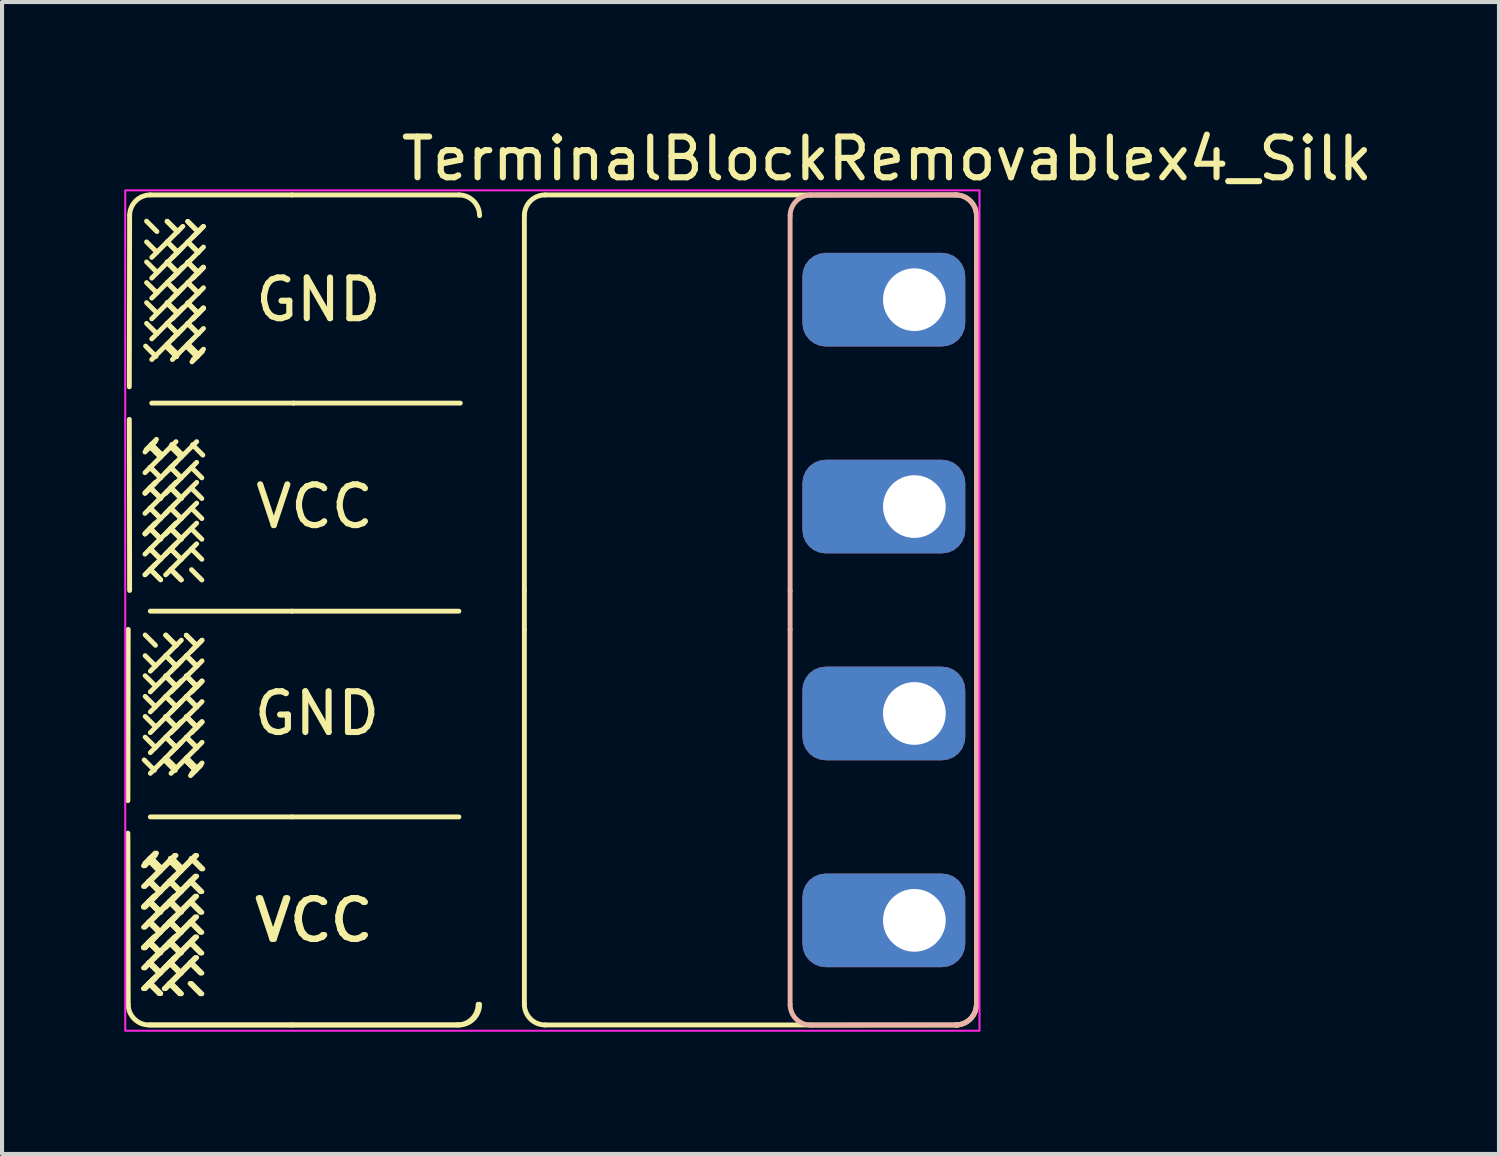
<source format=kicad_pcb>
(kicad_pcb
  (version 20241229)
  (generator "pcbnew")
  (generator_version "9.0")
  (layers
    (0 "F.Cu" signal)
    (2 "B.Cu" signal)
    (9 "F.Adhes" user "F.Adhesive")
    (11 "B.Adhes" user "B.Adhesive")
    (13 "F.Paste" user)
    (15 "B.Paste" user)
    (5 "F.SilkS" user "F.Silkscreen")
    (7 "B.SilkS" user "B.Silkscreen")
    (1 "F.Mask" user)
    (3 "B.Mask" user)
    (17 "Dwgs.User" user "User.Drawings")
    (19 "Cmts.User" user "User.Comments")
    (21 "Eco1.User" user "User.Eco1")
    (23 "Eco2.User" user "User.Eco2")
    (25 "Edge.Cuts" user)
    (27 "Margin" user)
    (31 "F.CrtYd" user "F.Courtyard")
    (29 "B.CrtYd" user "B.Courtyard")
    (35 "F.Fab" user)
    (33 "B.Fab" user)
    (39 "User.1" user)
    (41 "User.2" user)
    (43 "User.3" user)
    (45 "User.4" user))
  (footprint "TerminalBlockRemovablex4_Silk"
    (layer "F.Cu")
    (at 19.401 9.388)
    (property "Reference" "TerminalBlockRemovablex4_Silk" (at -0.676 -8.54 0) (layer "F.SilkS") (effects (font (size 1 1) (thickness 0.15))))
    (attr through_hole)
    (fp_line (start -19.303 3.016) (end -19.311 7.22) (stroke (width 0.12) (type solid)) (layer "F.SilkS"))
    (fp_line (start -19.303 12.22) (end -19.311 8.02) (stroke (width 0.12) (type solid)) (layer "F.SilkS"))
    (fp_line (start -19.268 -7.144) (end -19.276 -2.94) (stroke (width 0.12) (type solid)) (layer "F.SilkS"))
    (fp_line (start -19.268 2.06) (end -19.276 -2.14) (stroke (width 0.12) (type solid)) (layer "F.SilkS"))
    (fp_line (start -18.8 8.693) (end -18.546 8.947) (stroke (width 0.12) (type solid)) (layer "F.SilkS"))
    (fp_line (start -18.8 9.201) (end -18.546 9.455) (stroke (width 0.12) (type solid)) (layer "F.SilkS"))
    (fp_line (start -18.8 9.693) (end -18.546 9.947) (stroke (width 0.12) (type solid)) (layer "F.SilkS"))
    (fp_line (start -18.8 10.201) (end -18.546 10.455) (stroke (width 0.12) (type solid)) (layer "F.SilkS"))
    (fp_line (start -18.8 10.693) (end -18.546 10.947) (stroke (width 0.12) (type solid)) (layer "F.SilkS"))
    (fp_line (start -18.8 11.201) (end -18.546 11.455) (stroke (width 0.12) (type solid)) (layer "F.SilkS"))
    (fp_line (start -18.795 12.728) (end -15.315 12.728) (stroke (width 0.12) (type solid)) (layer "F.SilkS"))
    (fp_line (start -18.795 9.195) (end -18.541 9.449) (stroke (width 0.12) (type solid)) (layer "F.SilkS"))
    (fp_line (start -18.795 9.703) (end -18.541 9.957) (stroke (width 0.12) (type solid)) (layer "F.SilkS"))
    (fp_line (start -18.795 9.703) (end -18.541 9.957) (stroke (width 0.12) (type solid)) (layer "F.SilkS"))
    (fp_line (start -18.795 10.195) (end -18.541 10.449) (stroke (width 0.12) (type solid)) (layer "F.SilkS"))
    (fp_line (start -18.795 10.703) (end -18.541 10.957) (stroke (width 0.12) (type solid)) (layer "F.SilkS"))
    (fp_line (start -18.795 10.703) (end -18.541 10.957) (stroke (width 0.12) (type solid)) (layer "F.SilkS"))
    (fp_line (start -18.795 11.195) (end -18.541 11.449) (stroke (width 0.12) (type solid)) (layer "F.SilkS"))
    (fp_line (start -18.795 11.703) (end -18.541 11.957) (stroke (width 0.12) (type solid)) (layer "F.SilkS"))
    (fp_line (start -18.795 11.703) (end -18.541 11.957) (stroke (width 0.12) (type solid)) (layer "F.SilkS"))
    (fp_line (start -18.771 8.636) (end -18.517 8.89) (stroke (width 0.12) (type solid)) (layer "F.SilkS"))
    (fp_line (start -18.771 8.636) (end -18.517 8.89) (stroke (width 0.12) (type solid)) (layer "F.SilkS"))
    (fp_line (start -18.765 -1.467) (end -18.511 -1.213) (stroke (width 0.12) (type solid)) (layer "F.SilkS"))
    (fp_line (start -18.765 -0.959) (end -18.511 -0.705) (stroke (width 0.12) (type solid)) (layer "F.SilkS"))
    (fp_line (start -18.765 -0.467) (end -18.511 -0.213) (stroke (width 0.12) (type solid)) (layer "F.SilkS"))
    (fp_line (start -18.765 0.041) (end -18.511 0.295) (stroke (width 0.12) (type solid)) (layer "F.SilkS"))
    (fp_line (start -18.765 0.533) (end -18.511 0.787) (stroke (width 0.12) (type solid)) (layer "F.SilkS"))
    (fp_line (start -18.765 1.041) (end -18.511 1.295) (stroke (width 0.12) (type solid)) (layer "F.SilkS"))
    (fp_line (start -18.765 8.693) (end -18.511 8.947) (stroke (width 0.12) (type solid)) (layer "F.SilkS"))
    (fp_line (start -18.765 9.201) (end -18.511 9.455) (stroke (width 0.12) (type solid)) (layer "F.SilkS"))
    (fp_line (start -18.765 9.693) (end -18.511 9.947) (stroke (width 0.12) (type solid)) (layer "F.SilkS"))
    (fp_line (start -18.765 10.201) (end -18.511 10.455) (stroke (width 0.12) (type solid)) (layer "F.SilkS"))
    (fp_line (start -18.765 10.693) (end -18.511 10.947) (stroke (width 0.12) (type solid)) (layer "F.SilkS"))
    (fp_line (start -18.765 11.201) (end -18.511 11.455) (stroke (width 0.12) (type solid)) (layer "F.SilkS"))
    (fp_line (start -18.76 -7.652) (end -15.28 -7.652) (stroke (width 0.12) (type solid)) (layer "F.SilkS"))
    (fp_line (start -18.76 2.568) (end -15.28 2.568) (stroke (width 0.12) (type solid)) (layer "F.SilkS"))
    (fp_line (start -18.76 4.042) (end -17.998 3.28) (stroke (width 0.12) (type solid)) (layer "F.SilkS"))
    (fp_line (start -18.76 4.55) (end -17.49 3.28) (stroke (width 0.12) (type solid)) (layer "F.SilkS"))
    (fp_line (start -18.76 5.042) (end -17.998 4.28) (stroke (width 0.12) (type solid)) (layer "F.SilkS"))
    (fp_line (start -18.76 5.55) (end -17.49 4.28) (stroke (width 0.12) (type solid)) (layer "F.SilkS"))
    (fp_line (start -18.76 6.042) (end -17.998 5.28) (stroke (width 0.12) (type solid)) (layer "F.SilkS"))
    (fp_line (start -18.76 6.55) (end -17.49 5.28) (stroke (width 0.12) (type solid)) (layer "F.SilkS"))
    (fp_line (start -18.76 7.62) (end -15.28 7.62) (stroke (width 0.12) (type solid)) (layer "F.SilkS"))
    (fp_line (start -18.76 12.728) (end -15.28 12.728) (stroke (width 0.12) (type solid)) (layer "F.SilkS"))
    (fp_line (start -18.76 -0.965) (end -18.506 -0.711) (stroke (width 0.12) (type solid)) (layer "F.SilkS"))
    (fp_line (start -18.76 -0.457) (end -18.506 -0.203) (stroke (width 0.12) (type solid)) (layer "F.SilkS"))
    (fp_line (start -18.76 -0.457) (end -18.506 -0.203) (stroke (width 0.12) (type solid)) (layer "F.SilkS"))
    (fp_line (start -18.76 0.035) (end -18.506 0.289) (stroke (width 0.12) (type solid)) (layer "F.SilkS"))
    (fp_line (start -18.76 0.543) (end -18.506 0.797) (stroke (width 0.12) (type solid)) (layer "F.SilkS"))
    (fp_line (start -18.76 0.543) (end -18.506 0.797) (stroke (width 0.12) (type solid)) (layer "F.SilkS"))
    (fp_line (start -18.76 1.035) (end -18.506 1.289) (stroke (width 0.12) (type solid)) (layer "F.SilkS"))
    (fp_line (start -18.76 1.543) (end -18.506 1.797) (stroke (width 0.12) (type solid)) (layer "F.SilkS"))
    (fp_line (start -18.76 1.543) (end -18.506 1.797) (stroke (width 0.12) (type solid)) (layer "F.SilkS"))
    (fp_line (start -18.76 9.195) (end -18.506 9.449) (stroke (width 0.12) (type solid)) (layer "F.SilkS"))
    (fp_line (start -18.76 9.703) (end -18.506 9.957) (stroke (width 0.12) (type solid)) (layer "F.SilkS"))
    (fp_line (start -18.76 9.703) (end -18.506 9.957) (stroke (width 0.12) (type solid)) (layer "F.SilkS"))
    (fp_line (start -18.76 10.195) (end -18.506 10.449) (stroke (width 0.12) (type solid)) (layer "F.SilkS"))
    (fp_line (start -18.76 10.703) (end -18.506 10.957) (stroke (width 0.12) (type solid)) (layer "F.SilkS"))
    (fp_line (start -18.76 10.703) (end -18.506 10.957) (stroke (width 0.12) (type solid)) (layer "F.SilkS"))
    (fp_line (start -18.76 11.195) (end -18.506 11.449) (stroke (width 0.12) (type solid)) (layer "F.SilkS"))
    (fp_line (start -18.76 11.703) (end -18.506 11.957) (stroke (width 0.12) (type solid)) (layer "F.SilkS"))
    (fp_line (start -18.76 11.703) (end -18.506 11.957) (stroke (width 0.12) (type solid)) (layer "F.SilkS"))
    (fp_line (start -18.736 -1.524) (end -18.482 -1.27) (stroke (width 0.12) (type solid)) (layer "F.SilkS"))
    (fp_line (start -18.736 -1.524) (end -18.482 -1.27) (stroke (width 0.12) (type solid)) (layer "F.SilkS"))
    (fp_line (start -18.736 8.636) (end -18.482 8.89) (stroke (width 0.12) (type solid)) (layer "F.SilkS"))
    (fp_line (start -18.736 8.636) (end -18.482 8.89) (stroke (width 0.12) (type solid)) (layer "F.SilkS"))
    (fp_line (start -18.725 -6.118) (end -17.963 -6.88) (stroke (width 0.12) (type solid)) (layer "F.SilkS"))
    (fp_line (start -18.725 -5.61) (end -17.455 -6.88) (stroke (width 0.12) (type solid)) (layer "F.SilkS"))
    (fp_line (start -18.725 -5.118) (end -17.963 -5.88) (stroke (width 0.12) (type solid)) (layer "F.SilkS"))
    (fp_line (start -18.725 -4.61) (end -17.455 -5.88) (stroke (width 0.12) (type solid)) (layer "F.SilkS"))
    (fp_line (start -18.725 -4.118) (end -17.963 -4.88) (stroke (width 0.12) (type solid)) (layer "F.SilkS"))
    (fp_line (start -18.725 -3.61) (end -17.455 -4.88) (stroke (width 0.12) (type solid)) (layer "F.SilkS"))
    (fp_line (start -18.725 -2.54) (end -15.245 -2.54) (stroke (width 0.12) (type solid)) (layer "F.SilkS"))
    (fp_line (start -18.673 8.566) (end -18.927 8.82) (stroke (width 0.12) (type solid)) (layer "F.SilkS"))
    (fp_line (start -18.673 9.566) (end -18.927 9.82) (stroke (width 0.12) (type solid)) (layer "F.SilkS"))
    (fp_line (start -18.673 10.566) (end -18.927 10.82) (stroke (width 0.12) (type solid)) (layer "F.SilkS"))
    (fp_line (start -18.668 9.576) (end -18.922 9.83) (stroke (width 0.12) (type solid)) (layer "F.SilkS"))
    (fp_line (start -18.668 10.576) (end -18.922 10.83) (stroke (width 0.12) (type solid)) (layer "F.SilkS"))
    (fp_line (start -18.668 11.576) (end -18.922 11.83) (stroke (width 0.12) (type solid)) (layer "F.SilkS"))
    (fp_line (start -18.657 6.474) (end -18.911 6.22) (stroke (width 0.12) (type solid)) (layer "F.SilkS"))
    (fp_line (start -18.644 8.509) (end -18.898 8.763) (stroke (width 0.12) (type solid)) (layer "F.SilkS"))
    (fp_line (start -18.638 -1.594) (end -18.892 -1.34) (stroke (width 0.12) (type solid)) (layer "F.SilkS"))
    (fp_line (start -18.638 -0.594) (end -18.892 -0.34) (stroke (width 0.12) (type solid)) (layer "F.SilkS"))
    (fp_line (start -18.638 0.406) (end -18.892 0.66) (stroke (width 0.12) (type solid)) (layer "F.SilkS"))
    (fp_line (start -18.638 8.566) (end -18.892 8.82) (stroke (width 0.12) (type solid)) (layer "F.SilkS"))
    (fp_line (start -18.638 9.566) (end -18.892 9.82) (stroke (width 0.12) (type solid)) (layer "F.SilkS"))
    (fp_line (start -18.638 10.566) (end -18.892 10.82) (stroke (width 0.12) (type solid)) (layer "F.SilkS"))
    (fp_line (start -18.633 3.407) (end -18.887 3.153) (stroke (width 0.12) (type solid)) (layer "F.SilkS"))
    (fp_line (start -18.633 3.915) (end -18.887 3.661) (stroke (width 0.12) (type solid)) (layer "F.SilkS"))
    (fp_line (start -18.633 4.407) (end -18.887 4.153) (stroke (width 0.12) (type solid)) (layer "F.SilkS"))
    (fp_line (start -18.633 4.915) (end -18.887 4.661) (stroke (width 0.12) (type solid)) (layer "F.SilkS"))
    (fp_line (start -18.633 5.407) (end -18.887 5.153) (stroke (width 0.12) (type solid)) (layer "F.SilkS"))
    (fp_line (start -18.633 5.915) (end -18.887 5.661) (stroke (width 0.12) (type solid)) (layer "F.SilkS"))
    (fp_line (start -18.633 -0.584) (end -18.887 -0.33) (stroke (width 0.12) (type solid)) (layer "F.SilkS"))
    (fp_line (start -18.633 0.416) (end -18.887 0.67) (stroke (width 0.12) (type solid)) (layer "F.SilkS"))
    (fp_line (start -18.633 1.416) (end -18.887 1.67) (stroke (width 0.12) (type solid)) (layer "F.SilkS"))
    (fp_line (start -18.633 9.576) (end -18.887 9.83) (stroke (width 0.12) (type solid)) (layer "F.SilkS"))
    (fp_line (start -18.633 10.576) (end -18.887 10.83) (stroke (width 0.12) (type solid)) (layer "F.SilkS"))
    (fp_line (start -18.633 11.576) (end -18.887 11.83) (stroke (width 0.12) (type solid)) (layer "F.SilkS"))
    (fp_line (start -18.622 -3.686) (end -18.876 -3.94) (stroke (width 0.12) (type solid)) (layer "F.SilkS"))
    (fp_line (start -18.609 -1.651) (end -18.863 -1.397) (stroke (width 0.12) (type solid)) (layer "F.SilkS"))
    (fp_line (start -18.609 8.509) (end -18.863 8.763) (stroke (width 0.12) (type solid)) (layer "F.SilkS"))
    (fp_line (start -18.598 -6.753) (end -18.852 -7.007) (stroke (width 0.12) (type solid)) (layer "F.SilkS"))
    (fp_line (start -18.598 -6.245) (end -18.852 -6.499) (stroke (width 0.12) (type solid)) (layer "F.SilkS"))
    (fp_line (start -18.598 -5.753) (end -18.852 -6.007) (stroke (width 0.12) (type solid)) (layer "F.SilkS"))
    (fp_line (start -18.598 -5.245) (end -18.852 -5.499) (stroke (width 0.12) (type solid)) (layer "F.SilkS"))
    (fp_line (start -18.598 -4.753) (end -18.852 -5.007) (stroke (width 0.12) (type solid)) (layer "F.SilkS"))
    (fp_line (start -18.598 -4.245) (end -18.852 -4.499) (stroke (width 0.12) (type solid)) (layer "F.SilkS"))
    (fp_line (start -18.292 8.693) (end -18.038 8.947) (stroke (width 0.12) (type solid)) (layer "F.SilkS"))
    (fp_line (start -18.292 9.201) (end -18.038 9.455) (stroke (width 0.12) (type solid)) (layer "F.SilkS"))
    (fp_line (start -18.292 9.201) (end -18.038 9.455) (stroke (width 0.12) (type solid)) (layer "F.SilkS"))
    (fp_line (start -18.292 9.693) (end -18.038 9.947) (stroke (width 0.12) (type solid)) (layer "F.SilkS"))
    (fp_line (start -18.292 9.709) (end -18.038 9.963) (stroke (width 0.12) (type solid)) (layer "F.SilkS"))
    (fp_line (start -18.292 10.201) (end -18.038 10.455) (stroke (width 0.12) (type solid)) (layer "F.SilkS"))
    (fp_line (start -18.292 10.201) (end -18.038 10.455) (stroke (width 0.12) (type solid)) (layer "F.SilkS"))
    (fp_line (start -18.292 10.693) (end -18.038 10.947) (stroke (width 0.12) (type solid)) (layer "F.SilkS"))
    (fp_line (start -18.292 10.709) (end -18.038 10.963) (stroke (width 0.12) (type solid)) (layer "F.SilkS"))
    (fp_line (start -18.292 11.201) (end -18.038 11.455) (stroke (width 0.12) (type solid)) (layer "F.SilkS"))
    (fp_line (start -18.292 11.201) (end -18.038 11.455) (stroke (width 0.12) (type solid)) (layer "F.SilkS"))
    (fp_line (start -18.292 11.709) (end -18.038 11.963) (stroke (width 0.12) (type solid)) (layer "F.SilkS"))
    (fp_line (start -18.287 9.703) (end -18.033 9.957) (stroke (width 0.12) (type solid)) (layer "F.SilkS"))
    (fp_line (start -18.287 10.703) (end -18.033 10.957) (stroke (width 0.12) (type solid)) (layer "F.SilkS"))
    (fp_line (start -18.287 11.703) (end -18.033 11.957) (stroke (width 0.12) (type solid)) (layer "F.SilkS"))
    (fp_line (start -18.268 8.642) (end -18.014 8.896) (stroke (width 0.12) (type solid)) (layer "F.SilkS"))
    (fp_line (start -18.263 8.636) (end -18.009 8.89) (stroke (width 0.12) (type solid)) (layer "F.SilkS"))
    (fp_line (start -18.257 -1.467) (end -18.003 -1.213) (stroke (width 0.12) (type solid)) (layer "F.SilkS"))
    (fp_line (start -18.257 -0.959) (end -18.003 -0.705) (stroke (width 0.12) (type solid)) (layer "F.SilkS"))
    (fp_line (start -18.257 -0.959) (end -18.003 -0.705) (stroke (width 0.12) (type solid)) (layer "F.SilkS"))
    (fp_line (start -18.257 -0.467) (end -18.003 -0.213) (stroke (width 0.12) (type solid)) (layer "F.SilkS"))
    (fp_line (start -18.257 -0.451) (end -18.003 -0.197) (stroke (width 0.12) (type solid)) (layer "F.SilkS"))
    (fp_line (start -18.257 0.041) (end -18.003 0.295) (stroke (width 0.12) (type solid)) (layer "F.SilkS"))
    (fp_line (start -18.257 0.041) (end -18.003 0.295) (stroke (width 0.12) (type solid)) (layer "F.SilkS"))
    (fp_line (start -18.257 0.533) (end -18.003 0.787) (stroke (width 0.12) (type solid)) (layer "F.SilkS"))
    (fp_line (start -18.257 0.549) (end -18.003 0.803) (stroke (width 0.12) (type solid)) (layer "F.SilkS"))
    (fp_line (start -18.257 1.041) (end -18.003 1.295) (stroke (width 0.12) (type solid)) (layer "F.SilkS"))
    (fp_line (start -18.257 1.041) (end -18.003 1.295) (stroke (width 0.12) (type solid)) (layer "F.SilkS"))
    (fp_line (start -18.257 1.549) (end -18.003 1.803) (stroke (width 0.12) (type solid)) (layer "F.SilkS"))
    (fp_line (start -18.257 8.693) (end -18.003 8.947) (stroke (width 0.12) (type solid)) (layer "F.SilkS"))
    (fp_line (start -18.257 9.201) (end -18.003 9.455) (stroke (width 0.12) (type solid)) (layer "F.SilkS"))
    (fp_line (start -18.257 9.201) (end -18.003 9.455) (stroke (width 0.12) (type solid)) (layer "F.SilkS"))
    (fp_line (start -18.257 9.693) (end -18.003 9.947) (stroke (width 0.12) (type solid)) (layer "F.SilkS"))
    (fp_line (start -18.257 9.709) (end -18.003 9.963) (stroke (width 0.12) (type solid)) (layer "F.SilkS"))
    (fp_line (start -18.257 10.201) (end -18.003 10.455) (stroke (width 0.12) (type solid)) (layer "F.SilkS"))
    (fp_line (start -18.257 10.201) (end -18.003 10.455) (stroke (width 0.12) (type solid)) (layer "F.SilkS"))
    (fp_line (start -18.257 10.693) (end -18.003 10.947) (stroke (width 0.12) (type solid)) (layer "F.SilkS"))
    (fp_line (start -18.257 10.709) (end -18.003 10.963) (stroke (width 0.12) (type solid)) (layer "F.SilkS"))
    (fp_line (start -18.257 11.201) (end -18.003 11.455) (stroke (width 0.12) (type solid)) (layer "F.SilkS"))
    (fp_line (start -18.257 11.201) (end -18.003 11.455) (stroke (width 0.12) (type solid)) (layer "F.SilkS"))
    (fp_line (start -18.257 11.709) (end -18.003 11.963) (stroke (width 0.12) (type solid)) (layer "F.SilkS"))
    (fp_line (start -18.252 4.042) (end -17.998 3.788) (stroke (width 0.12) (type solid)) (layer "F.SilkS"))
    (fp_line (start -18.252 4.55) (end -17.49 3.788) (stroke (width 0.12) (type solid)) (layer "F.SilkS"))
    (fp_line (start -18.252 5.042) (end -17.998 4.788) (stroke (width 0.12) (type solid)) (layer "F.SilkS"))
    (fp_line (start -18.252 5.55) (end -17.49 4.788) (stroke (width 0.12) (type solid)) (layer "F.SilkS"))
    (fp_line (start -18.252 6.042) (end -17.998 5.788) (stroke (width 0.12) (type solid)) (layer "F.SilkS"))
    (fp_line (start -18.252 6.55) (end -17.49 5.788) (stroke (width 0.12) (type solid)) (layer "F.SilkS"))
    (fp_line (start -18.252 -0.457) (end -17.998 -0.203) (stroke (width 0.12) (type solid)) (layer "F.SilkS"))
    (fp_line (start -18.252 0.543) (end -17.998 0.797) (stroke (width 0.12) (type solid)) (layer "F.SilkS"))
    (fp_line (start -18.252 1.543) (end -17.998 1.797) (stroke (width 0.12) (type solid)) (layer "F.SilkS"))
    (fp_line (start -18.252 9.703) (end -17.998 9.957) (stroke (width 0.12) (type solid)) (layer "F.SilkS"))
    (fp_line (start -18.252 10.703) (end -17.998 10.957) (stroke (width 0.12) (type solid)) (layer "F.SilkS"))
    (fp_line (start -18.252 11.703) (end -17.998 11.957) (stroke (width 0.12) (type solid)) (layer "F.SilkS"))
    (fp_line (start -18.233 -1.518) (end -17.979 -1.264) (stroke (width 0.12) (type solid)) (layer "F.SilkS"))
    (fp_line (start -18.233 8.642) (end -17.979 8.896) (stroke (width 0.12) (type solid)) (layer "F.SilkS"))
    (fp_line (start -18.228 -1.524) (end -17.974 -1.27) (stroke (width 0.12) (type solid)) (layer "F.SilkS"))
    (fp_line (start -18.228 8.636) (end -17.974 8.89) (stroke (width 0.12) (type solid)) (layer "F.SilkS"))
    (fp_line (start -18.217 -6.118) (end -17.963 -6.372) (stroke (width 0.12) (type solid)) (layer "F.SilkS"))
    (fp_line (start -18.217 -5.61) (end -17.455 -6.372) (stroke (width 0.12) (type solid)) (layer "F.SilkS"))
    (fp_line (start -18.217 -5.118) (end -17.963 -5.372) (stroke (width 0.12) (type solid)) (layer "F.SilkS"))
    (fp_line (start -18.217 -4.61) (end -17.455 -5.372) (stroke (width 0.12) (type solid)) (layer "F.SilkS"))
    (fp_line (start -18.217 -4.118) (end -17.963 -4.372) (stroke (width 0.12) (type solid)) (layer "F.SilkS"))
    (fp_line (start -18.217 -3.61) (end -17.455 -4.372) (stroke (width 0.12) (type solid)) (layer "F.SilkS"))
    (fp_line (start -18.165 8.566) (end -18.927 9.328) (stroke (width 0.12) (type solid)) (layer "F.SilkS"))
    (fp_line (start -18.165 9.074) (end -18.419 9.328) (stroke (width 0.12) (type solid)) (layer "F.SilkS"))
    (fp_line (start -18.165 9.566) (end -18.927 10.328) (stroke (width 0.12) (type solid)) (layer "F.SilkS"))
    (fp_line (start -18.165 10.074) (end -18.419 10.328) (stroke (width 0.12) (type solid)) (layer "F.SilkS"))
    (fp_line (start -18.165 10.566) (end -18.927 11.328) (stroke (width 0.12) (type solid)) (layer "F.SilkS"))
    (fp_line (start -18.165 11.074) (end -18.419 11.328) (stroke (width 0.12) (type solid)) (layer "F.SilkS"))
    (fp_line (start -18.154 6.48) (end -18.408 6.226) (stroke (width 0.12) (type solid)) (layer "F.SilkS"))
    (fp_line (start -18.149 6.474) (end -18.403 6.22) (stroke (width 0.12) (type solid)) (layer "F.SilkS"))
    (fp_line (start -18.13 3.413) (end -18.384 3.159) (stroke (width 0.12) (type solid)) (layer "F.SilkS"))
    (fp_line (start -18.13 4.413) (end -18.384 4.159) (stroke (width 0.12) (type solid)) (layer "F.SilkS"))
    (fp_line (start -18.13 5.413) (end -18.384 5.159) (stroke (width 0.12) (type solid)) (layer "F.SilkS"))
    (fp_line (start -18.13 -1.594) (end -18.892 -0.832) (stroke (width 0.12) (type solid)) (layer "F.SilkS"))
    (fp_line (start -18.13 -1.086) (end -18.384 -0.832) (stroke (width 0.12) (type solid)) (layer "F.SilkS"))
    (fp_line (start -18.13 -0.594) (end -18.892 0.168) (stroke (width 0.12) (type solid)) (layer "F.SilkS"))
    (fp_line (start -18.13 -0.086) (end -18.384 0.168) (stroke (width 0.12) (type solid)) (layer "F.SilkS"))
    (fp_line (start -18.13 0.406) (end -18.892 1.168) (stroke (width 0.12) (type solid)) (layer "F.SilkS"))
    (fp_line (start -18.13 0.914) (end -18.384 1.168) (stroke (width 0.12) (type solid)) (layer "F.SilkS"))
    (fp_line (start -18.13 8.566) (end -18.892 9.328) (stroke (width 0.12) (type solid)) (layer "F.SilkS"))
    (fp_line (start -18.13 9.074) (end -18.384 9.328) (stroke (width 0.12) (type solid)) (layer "F.SilkS"))
    (fp_line (start -18.13 9.566) (end -18.892 10.328) (stroke (width 0.12) (type solid)) (layer "F.SilkS"))
    (fp_line (start -18.13 10.074) (end -18.384 10.328) (stroke (width 0.12) (type solid)) (layer "F.SilkS"))
    (fp_line (start -18.13 10.566) (end -18.892 11.328) (stroke (width 0.12) (type solid)) (layer "F.SilkS"))
    (fp_line (start -18.13 11.074) (end -18.384 11.328) (stroke (width 0.12) (type solid)) (layer "F.SilkS"))
    (fp_line (start -18.125 3.407) (end -18.379 3.153) (stroke (width 0.12) (type solid)) (layer "F.SilkS"))
    (fp_line (start -18.125 3.915) (end -18.379 3.661) (stroke (width 0.12) (type solid)) (layer "F.SilkS"))
    (fp_line (start -18.125 3.915) (end -18.379 3.661) (stroke (width 0.12) (type solid)) (layer "F.SilkS"))
    (fp_line (start -18.125 4.407) (end -18.379 4.153) (stroke (width 0.12) (type solid)) (layer "F.SilkS"))
    (fp_line (start -18.125 4.423) (end -18.379 4.169) (stroke (width 0.12) (type solid)) (layer "F.SilkS"))
    (fp_line (start -18.125 4.915) (end -18.379 4.661) (stroke (width 0.12) (type solid)) (layer "F.SilkS"))
    (fp_line (start -18.125 4.915) (end -18.379 4.661) (stroke (width 0.12) (type solid)) (layer "F.SilkS"))
    (fp_line (start -18.125 5.407) (end -18.379 5.153) (stroke (width 0.12) (type solid)) (layer "F.SilkS"))
    (fp_line (start -18.125 5.423) (end -18.379 5.169) (stroke (width 0.12) (type solid)) (layer "F.SilkS"))
    (fp_line (start -18.125 5.915) (end -18.379 5.661) (stroke (width 0.12) (type solid)) (layer "F.SilkS"))
    (fp_line (start -18.125 5.915) (end -18.379 5.661) (stroke (width 0.12) (type solid)) (layer "F.SilkS"))
    (fp_line (start -18.125 6.423) (end -18.379 6.169) (stroke (width 0.12) (type solid)) (layer "F.SilkS"))
    (fp_line (start -18.119 -3.68) (end -18.373 -3.934) (stroke (width 0.12) (type solid)) (layer "F.SilkS"))
    (fp_line (start -18.114 -3.686) (end -18.368 -3.94) (stroke (width 0.12) (type solid)) (layer "F.SilkS"))
    (fp_line (start -18.095 -6.747) (end -18.349 -7.001) (stroke (width 0.12) (type solid)) (layer "F.SilkS"))
    (fp_line (start -18.095 -5.747) (end -18.349 -6.001) (stroke (width 0.12) (type solid)) (layer "F.SilkS"))
    (fp_line (start -18.095 -4.747) (end -18.349 -5.001) (stroke (width 0.12) (type solid)) (layer "F.SilkS"))
    (fp_line (start -18.09 -6.753) (end -18.344 -7.007) (stroke (width 0.12) (type solid)) (layer "F.SilkS"))
    (fp_line (start -18.09 -6.245) (end -18.344 -6.499) (stroke (width 0.12) (type solid)) (layer "F.SilkS"))
    (fp_line (start -18.09 -6.245) (end -18.344 -6.499) (stroke (width 0.12) (type solid)) (layer "F.SilkS"))
    (fp_line (start -18.09 -5.753) (end -18.344 -6.007) (stroke (width 0.12) (type solid)) (layer "F.SilkS"))
    (fp_line (start -18.09 -5.737) (end -18.344 -5.991) (stroke (width 0.12) (type solid)) (layer "F.SilkS"))
    (fp_line (start -18.09 -5.245) (end -18.344 -5.499) (stroke (width 0.12) (type solid)) (layer "F.SilkS"))
    (fp_line (start -18.09 -5.245) (end -18.344 -5.499) (stroke (width 0.12) (type solid)) (layer "F.SilkS"))
    (fp_line (start -18.09 -4.753) (end -18.344 -5.007) (stroke (width 0.12) (type solid)) (layer "F.SilkS"))
    (fp_line (start -18.09 -4.737) (end -18.344 -4.991) (stroke (width 0.12) (type solid)) (layer "F.SilkS"))
    (fp_line (start -18.09 -4.245) (end -18.344 -4.499) (stroke (width 0.12) (type solid)) (layer "F.SilkS"))
    (fp_line (start -18.09 -4.245) (end -18.344 -4.499) (stroke (width 0.12) (type solid)) (layer "F.SilkS"))
    (fp_line (start -18.09 -3.737) (end -18.344 -3.991) (stroke (width 0.12) (type solid)) (layer "F.SilkS"))
    (fp_line (start -17.784 9.201) (end -17.53 9.455) (stroke (width 0.12) (type solid)) (layer "F.SilkS"))
    (fp_line (start -17.784 9.709) (end -17.53 9.963) (stroke (width 0.12) (type solid)) (layer "F.SilkS"))
    (fp_line (start -17.784 10.201) (end -17.53 10.455) (stroke (width 0.12) (type solid)) (layer "F.SilkS"))
    (fp_line (start -17.784 10.709) (end -17.53 10.963) (stroke (width 0.12) (type solid)) (layer "F.SilkS"))
    (fp_line (start -17.784 11.201) (end -17.53 11.455) (stroke (width 0.12) (type solid)) (layer "F.SilkS"))
    (fp_line (start -17.784 11.709) (end -17.53 11.963) (stroke (width 0.12) (type solid)) (layer "F.SilkS"))
    (fp_line (start -17.773 6.607) (end -17.519 6.353) (stroke (width 0.12) (type solid)) (layer "F.SilkS"))
    (fp_line (start -17.76 8.642) (end -17.506 8.896) (stroke (width 0.12) (type solid)) (layer "F.SilkS"))
    (fp_line (start -17.749 3.54) (end -17.495 3.286) (stroke (width 0.12) (type solid)) (layer "F.SilkS"))
    (fp_line (start -17.749 4.54) (end -17.495 4.286) (stroke (width 0.12) (type solid)) (layer "F.SilkS"))
    (fp_line (start -17.749 5.54) (end -17.495 5.286) (stroke (width 0.12) (type solid)) (layer "F.SilkS"))
    (fp_line (start -17.749 -0.959) (end -17.495 -0.705) (stroke (width 0.12) (type solid)) (layer "F.SilkS"))
    (fp_line (start -17.749 -0.451) (end -17.495 -0.197) (stroke (width 0.12) (type solid)) (layer "F.SilkS"))
    (fp_line (start -17.749 0.041) (end -17.495 0.295) (stroke (width 0.12) (type solid)) (layer "F.SilkS"))
    (fp_line (start -17.749 0.549) (end -17.495 0.803) (stroke (width 0.12) (type solid)) (layer "F.SilkS"))
    (fp_line (start -17.749 1.041) (end -17.495 1.295) (stroke (width 0.12) (type solid)) (layer "F.SilkS"))
    (fp_line (start -17.749 1.549) (end -17.495 1.803) (stroke (width 0.12) (type solid)) (layer "F.SilkS"))
    (fp_line (start -17.749 9.201) (end -17.495 9.455) (stroke (width 0.12) (type solid)) (layer "F.SilkS"))
    (fp_line (start -17.749 9.709) (end -17.495 9.963) (stroke (width 0.12) (type solid)) (layer "F.SilkS"))
    (fp_line (start -17.749 10.201) (end -17.495 10.455) (stroke (width 0.12) (type solid)) (layer "F.SilkS"))
    (fp_line (start -17.749 10.709) (end -17.495 10.963) (stroke (width 0.12) (type solid)) (layer "F.SilkS"))
    (fp_line (start -17.749 11.201) (end -17.495 11.455) (stroke (width 0.12) (type solid)) (layer "F.SilkS"))
    (fp_line (start -17.749 11.709) (end -17.495 11.963) (stroke (width 0.12) (type solid)) (layer "F.SilkS"))
    (fp_line (start -17.744 4.55) (end -17.49 4.296) (stroke (width 0.12) (type solid)) (layer "F.SilkS"))
    (fp_line (start -17.744 5.55) (end -17.49 5.296) (stroke (width 0.12) (type solid)) (layer "F.SilkS"))
    (fp_line (start -17.744 6.55) (end -17.49 6.296) (stroke (width 0.12) (type solid)) (layer "F.SilkS"))
    (fp_line (start -17.738 -3.553) (end -17.484 -3.807) (stroke (width 0.12) (type solid)) (layer "F.SilkS"))
    (fp_line (start -17.725 -1.518) (end -17.471 -1.264) (stroke (width 0.12) (type solid)) (layer "F.SilkS"))
    (fp_line (start -17.725 8.642) (end -17.471 8.896) (stroke (width 0.12) (type solid)) (layer "F.SilkS"))
    (fp_line (start -17.714 -6.62) (end -17.46 -6.874) (stroke (width 0.12) (type solid)) (layer "F.SilkS"))
    (fp_line (start -17.714 -5.62) (end -17.46 -5.874) (stroke (width 0.12) (type solid)) (layer "F.SilkS"))
    (fp_line (start -17.714 -4.62) (end -17.46 -4.874) (stroke (width 0.12) (type solid)) (layer "F.SilkS"))
    (fp_line (start -17.709 -5.61) (end -17.455 -5.864) (stroke (width 0.12) (type solid)) (layer "F.SilkS"))
    (fp_line (start -17.709 -4.61) (end -17.455 -4.864) (stroke (width 0.12) (type solid)) (layer "F.SilkS"))
    (fp_line (start -17.709 -3.61) (end -17.455 -3.864) (stroke (width 0.12) (type solid)) (layer "F.SilkS"))
    (fp_line (start -17.657 8.566) (end -18.927 9.836) (stroke (width 0.12) (type solid)) (layer "F.SilkS"))
    (fp_line (start -17.657 9.074) (end -18.419 9.836) (stroke (width 0.12) (type solid)) (layer "F.SilkS"))
    (fp_line (start -17.657 9.566) (end -18.927 10.836) (stroke (width 0.12) (type solid)) (layer "F.SilkS"))
    (fp_line (start -17.657 10.074) (end -18.419 10.836) (stroke (width 0.12) (type solid)) (layer "F.SilkS"))
    (fp_line (start -17.657 10.566) (end -18.927 11.836) (stroke (width 0.12) (type solid)) (layer "F.SilkS"))
    (fp_line (start -17.657 11.074) (end -18.419 11.836) (stroke (width 0.12) (type solid)) (layer "F.SilkS"))
    (fp_line (start -17.646 6.48) (end -17.9 6.226) (stroke (width 0.12) (type solid)) (layer "F.SilkS"))
    (fp_line (start -17.646 6.48) (end -17.9 6.226) (stroke (width 0.12) (type solid)) (layer "F.SilkS"))
    (fp_line (start -17.622 3.413) (end -17.876 3.159) (stroke (width 0.12) (type solid)) (layer "F.SilkS"))
    (fp_line (start -17.622 3.413) (end -17.876 3.159) (stroke (width 0.12) (type solid)) (layer "F.SilkS"))
    (fp_line (start -17.622 3.921) (end -17.876 3.667) (stroke (width 0.12) (type solid)) (layer "F.SilkS"))
    (fp_line (start -17.622 4.413) (end -17.876 4.159) (stroke (width 0.12) (type solid)) (layer "F.SilkS"))
    (fp_line (start -17.622 4.413) (end -17.876 4.159) (stroke (width 0.12) (type solid)) (layer "F.SilkS"))
    (fp_line (start -17.622 4.921) (end -17.876 4.667) (stroke (width 0.12) (type solid)) (layer "F.SilkS"))
    (fp_line (start -17.622 5.413) (end -17.876 5.159) (stroke (width 0.12) (type solid)) (layer "F.SilkS"))
    (fp_line (start -17.622 5.413) (end -17.876 5.159) (stroke (width 0.12) (type solid)) (layer "F.SilkS"))
    (fp_line (start -17.622 5.921) (end -17.876 5.667) (stroke (width 0.12) (type solid)) (layer "F.SilkS"))
    (fp_line (start -17.622 -1.594) (end -18.892 -0.324) (stroke (width 0.12) (type solid)) (layer "F.SilkS"))
    (fp_line (start -17.622 -1.086) (end -18.384 -0.324) (stroke (width 0.12) (type solid)) (layer "F.SilkS"))
    (fp_line (start -17.622 -0.594) (end -18.892 0.676) (stroke (width 0.12) (type solid)) (layer "F.SilkS"))
    (fp_line (start -17.622 -0.086) (end -18.384 0.676) (stroke (width 0.12) (type solid)) (layer "F.SilkS"))
    (fp_line (start -17.622 0.406) (end -18.892 1.676) (stroke (width 0.12) (type solid)) (layer "F.SilkS"))
    (fp_line (start -17.622 0.914) (end -18.384 1.676) (stroke (width 0.12) (type solid)) (layer "F.SilkS"))
    (fp_line (start -17.622 8.566) (end -18.892 9.836) (stroke (width 0.12) (type solid)) (layer "F.SilkS"))
    (fp_line (start -17.622 9.074) (end -18.384 9.836) (stroke (width 0.12) (type solid)) (layer "F.SilkS"))
    (fp_line (start -17.622 9.566) (end -18.892 10.836) (stroke (width 0.12) (type solid)) (layer "F.SilkS"))
    (fp_line (start -17.622 10.074) (end -18.384 10.836) (stroke (width 0.12) (type solid)) (layer "F.SilkS"))
    (fp_line (start -17.622 10.566) (end -18.892 11.836) (stroke (width 0.12) (type solid)) (layer "F.SilkS"))
    (fp_line (start -17.622 11.074) (end -18.384 11.836) (stroke (width 0.12) (type solid)) (layer "F.SilkS"))
    (fp_line (start -17.617 3.915) (end -17.871 3.661) (stroke (width 0.12) (type solid)) (layer "F.SilkS"))
    (fp_line (start -17.617 4.423) (end -17.871 4.169) (stroke (width 0.12) (type solid)) (layer "F.SilkS"))
    (fp_line (start -17.617 4.915) (end -17.871 4.661) (stroke (width 0.12) (type solid)) (layer "F.SilkS"))
    (fp_line (start -17.617 5.423) (end -17.871 5.169) (stroke (width 0.12) (type solid)) (layer "F.SilkS"))
    (fp_line (start -17.617 5.915) (end -17.871 5.661) (stroke (width 0.12) (type solid)) (layer "F.SilkS"))
    (fp_line (start -17.617 6.423) (end -17.871 6.169) (stroke (width 0.12) (type solid)) (layer "F.SilkS"))
    (fp_line (start -17.611 -3.68) (end -17.865 -3.934) (stroke (width 0.12) (type solid)) (layer "F.SilkS"))
    (fp_line (start -17.611 -3.68) (end -17.865 -3.934) (stroke (width 0.12) (type solid)) (layer "F.SilkS"))
    (fp_line (start -17.587 -6.747) (end -17.841 -7.001) (stroke (width 0.12) (type solid)) (layer "F.SilkS"))
    (fp_line (start -17.587 -6.747) (end -17.841 -7.001) (stroke (width 0.12) (type solid)) (layer "F.SilkS"))
    (fp_line (start -17.587 -6.239) (end -17.841 -6.493) (stroke (width 0.12) (type solid)) (layer "F.SilkS"))
    (fp_line (start -17.587 -5.747) (end -17.841 -6.001) (stroke (width 0.12) (type solid)) (layer "F.SilkS"))
    (fp_line (start -17.587 -5.747) (end -17.841 -6.001) (stroke (width 0.12) (type solid)) (layer "F.SilkS"))
    (fp_line (start -17.587 -5.239) (end -17.841 -5.493) (stroke (width 0.12) (type solid)) (layer "F.SilkS"))
    (fp_line (start -17.587 -4.747) (end -17.841 -5.001) (stroke (width 0.12) (type solid)) (layer "F.SilkS"))
    (fp_line (start -17.587 -4.747) (end -17.841 -5.001) (stroke (width 0.12) (type solid)) (layer "F.SilkS"))
    (fp_line (start -17.587 -4.239) (end -17.841 -4.493) (stroke (width 0.12) (type solid)) (layer "F.SilkS"))
    (fp_line (start -17.582 -6.245) (end -17.836 -6.499) (stroke (width 0.12) (type solid)) (layer "F.SilkS"))
    (fp_line (start -17.582 -5.737) (end -17.836 -5.991) (stroke (width 0.12) (type solid)) (layer "F.SilkS"))
    (fp_line (start -17.582 -5.245) (end -17.836 -5.499) (stroke (width 0.12) (type solid)) (layer "F.SilkS"))
    (fp_line (start -17.582 -4.737) (end -17.836 -4.991) (stroke (width 0.12) (type solid)) (layer "F.SilkS"))
    (fp_line (start -17.582 -4.245) (end -17.836 -4.499) (stroke (width 0.12) (type solid)) (layer "F.SilkS"))
    (fp_line (start -17.582 -3.737) (end -17.836 -3.991) (stroke (width 0.12) (type solid)) (layer "F.SilkS"))
    (fp_line (start -15.315 12.728) (end -11.219 12.728) (stroke (width 0.12) (type solid)) (layer "F.SilkS"))
    (fp_line (start -15.28 -7.652) (end -11.184 -7.652) (stroke (width 0.12) (type solid)) (layer "F.SilkS"))
    (fp_line (start -15.28 2.568) (end -11.184 2.568) (stroke (width 0.12) (type solid)) (layer "F.SilkS"))
    (fp_line (start -15.28 7.62) (end -11.184 7.62) (stroke (width 0.12) (type solid)) (layer "F.SilkS"))
    (fp_line (start -15.28 12.728) (end -11.184 12.728) (stroke (width 0.12) (type solid)) (layer "F.SilkS"))
    (fp_line (start -15.245 -2.54) (end -11.149 -2.54) (stroke (width 0.12) (type solid)) (layer "F.SilkS"))
    (fp_line (start -9.576 -7.144) (end -9.576 2.06) (stroke (width 0.12) (type solid)) (layer "F.SilkS"))
    (fp_line (start -9.576 2.06) (end -9.576 3.016) (stroke (width 0.12) (type solid)) (layer "F.SilkS"))
    (fp_line (start -9.576 3.016) (end -9.576 12.22) (stroke (width 0.12) (type solid)) (layer "F.SilkS"))
    (fp_line (start -9.068 -7.652) (end 1.016 -7.652) (stroke (width 0.12) (type solid)) (layer "F.SilkS"))
    (fp_line (start -9.068 12.728) (end 1.074 12.728) (stroke (width 0.12) (type solid)) (layer "F.SilkS"))
    (fp_line (start 1.524 2.06) (end 1.524 -7.144) (stroke (width 0.12) (type solid)) (layer "F.SilkS"))
    (fp_line (start 1.524 2.06) (end 1.524 3.016) (stroke (width 0.12) (type solid)) (layer "F.SilkS"))
    (fp_line (start 1.524 12.22) (end 1.524 3.016) (stroke (width 0.12) (type solid)) (layer "F.SilkS"))
    (fp_arc (start -19.267999 -7.143999) (mid -19.119209 -7.503209) (end -18.759999 -7.651999) (stroke (width 0.12) (type solid)) (layer "F.SilkS"))
    (fp_arc (start -18.794998 12.728001) (mid -19.154208 12.579211) (end -19.302998 12.220001) (stroke (width 0.12) (type solid)) (layer "F.SilkS"))
    (fp_arc (start -11.184 -7.652) (mid -10.82479 -7.50321) (end -10.676 -7.144) (stroke (width 0.12) (type solid)) (layer "F.SilkS"))
    (fp_arc (start -10.710999 12.22) (mid -10.859789 12.57921) (end -11.218999 12.728) (stroke (width 0.12) (type solid)) (layer "F.SilkS"))
    (fp_arc (start -10.676 12.22) (mid -10.82479 12.57921) (end -11.184 12.728) (stroke (width 0.12) (type solid)) (layer "F.SilkS"))
    (fp_arc (start -9.576 -7.144) (mid -9.42721 -7.50321) (end -9.068 -7.652) (stroke (width 0.12) (type solid)) (layer "F.SilkS"))
    (fp_arc (start -9.068 12.728) (mid -9.42721 12.57921) (end -9.576 12.22) (stroke (width 0.12) (type solid)) (layer "F.SilkS"))
    (fp_arc (start 1.016 -7.652) (mid 1.37521 -7.50321) (end 1.524 -7.144) (stroke (width 0.12) (type solid)) (layer "F.SilkS"))
    (fp_arc (start 1.524 12.22) (mid 1.37521 12.57921) (end 1.016 12.728) (stroke (width 0.12) (type solid)) (layer "F.SilkS"))
    (fp_line (start -3.051 2.064) (end -3.051 -7.14) (stroke (width 0.12) (type solid)) (layer "B.SilkS"))
    (fp_line (start -3.051 2.064) (end -3.051 3.02) (stroke (width 0.12) (type solid)) (layer "B.SilkS"))
    (fp_line (start -3.051 12.224) (end -3.051 3.02) (stroke (width 0.12) (type solid)) (layer "B.SilkS"))
    (fp_line (start -2.543 -7.648) (end 1.016 -7.652) (stroke (width 0.12) (type solid)) (layer "B.SilkS"))
    (fp_line (start -2.543 12.732) (end 1.074 12.728) (stroke (width 0.12) (type solid)) (layer "B.SilkS"))
    (fp_line (start 1.524 -7.144) (end 1.524 2.06) (stroke (width 0.12) (type solid)) (layer "B.SilkS"))
    (fp_line (start 1.524 -4.544) (end 1.524 2.06) (stroke (width 0.12) (type solid)) (layer "B.SilkS"))
    (fp_line (start 1.524 2.06) (end 1.524 3.016) (stroke (width 0.12) (type solid)) (layer "B.SilkS"))
    (fp_line (start 1.524 3.016) (end 1.524 12.22) (stroke (width 0.12) (type solid)) (layer "B.SilkS"))
    (fp_line (start 1.524 5.616) (end 1.524 12.22) (stroke (width 0.12) (type solid)) (layer "B.SilkS"))
    (fp_arc (start -3.051 -7.14) (mid -2.90221 -7.49921) (end -2.543 -7.648) (stroke (width 0.12) (type solid)) (layer "B.SilkS"))
    (fp_arc (start -2.543 12.732) (mid -2.90221 12.58321) (end -3.051 12.224) (stroke (width 0.12) (type solid)) (layer "B.SilkS"))
    (fp_arc (start 1.016 -7.652) (mid 1.37521 -7.50321) (end 1.524 -7.144) (stroke (width 0.12) (type solid)) (layer "B.SilkS"))
    (fp_arc (start 1.524 12.22) (mid 1.37521 12.57921) (end 1.016 12.728) (stroke (width 0.12) (type solid)) (layer "B.SilkS"))
    (fp_arc (start 1.524 12.22) (mid 1.37521 12.57921) (end 1.016 12.728) (stroke (width 0.12) (type solid)) (layer "B.SilkS"))
    (fp_rect (start 1.599 12.87) (end -19.376 -7.765) (stroke (width 0.05) (type solid)) (fill no) (layer "F.CrtYd"))
    (fp_text user "GND" (at -16.291 5.08 0) (unlocked yes) (layer "F.SilkS") (effects (font (size 1 1) (thickness 0.15)) (justify left)))
    (fp_text user "VCC" (at -16.256 10.16 0) (unlocked yes) (layer "F.SilkS") (effects (font (size 1 1) (thickness 0.15)) (justify left)))
    (fp_text user "VCC" (at -16.291 10.16 0) (unlocked yes) (layer "F.SilkS") (effects (font (size 1 1) (thickness 0.15)) (justify left)))
    (fp_text user "GND" (at -16.256 -5.08 0) (unlocked yes) (layer "F.SilkS") (effects (font (size 1 1) (thickness 0.15)) (justify left)))
    (fp_text user "VCC" (at -16.256 0 0) (unlocked yes) (layer "F.SilkS") (effects (font (size 1 1) (thickness 0.15)) (justify left)))
    (pad "1" thru_hole roundrect (at 0 -5.08) (size 4 2.3) (drill 1.54 (offset -0.75 0)) (layers "*.Cu" "*.Mask") (roundrect_rratio 0.25))
    (pad "2" thru_hole roundrect (at 0 0) (size 4 2.3) (drill 1.54 (offset -0.75 0)) (layers "*.Cu" "*.Mask") (roundrect_rratio 0.25))
    (pad "3" thru_hole roundrect (at 0 5.08) (size 4 2.3) (drill 1.54 (offset -0.75 0)) (layers "*.Cu" "*.Mask") (roundrect_rratio 0.25))
    (pad "4" thru_hole roundrect (at 0 10.16) (size 4 2.3) (drill 1.54 (offset -0.75 0)) (layers "*.Cu" "*.Mask") (roundrect_rratio 0.25)))
  (gr_rect
    (start -3 -3)
    (end 33.755 25.283)
    (stroke (width 0.1) (type default))
    (fill no)
    (layer "Edge.Cuts")))
</source>
